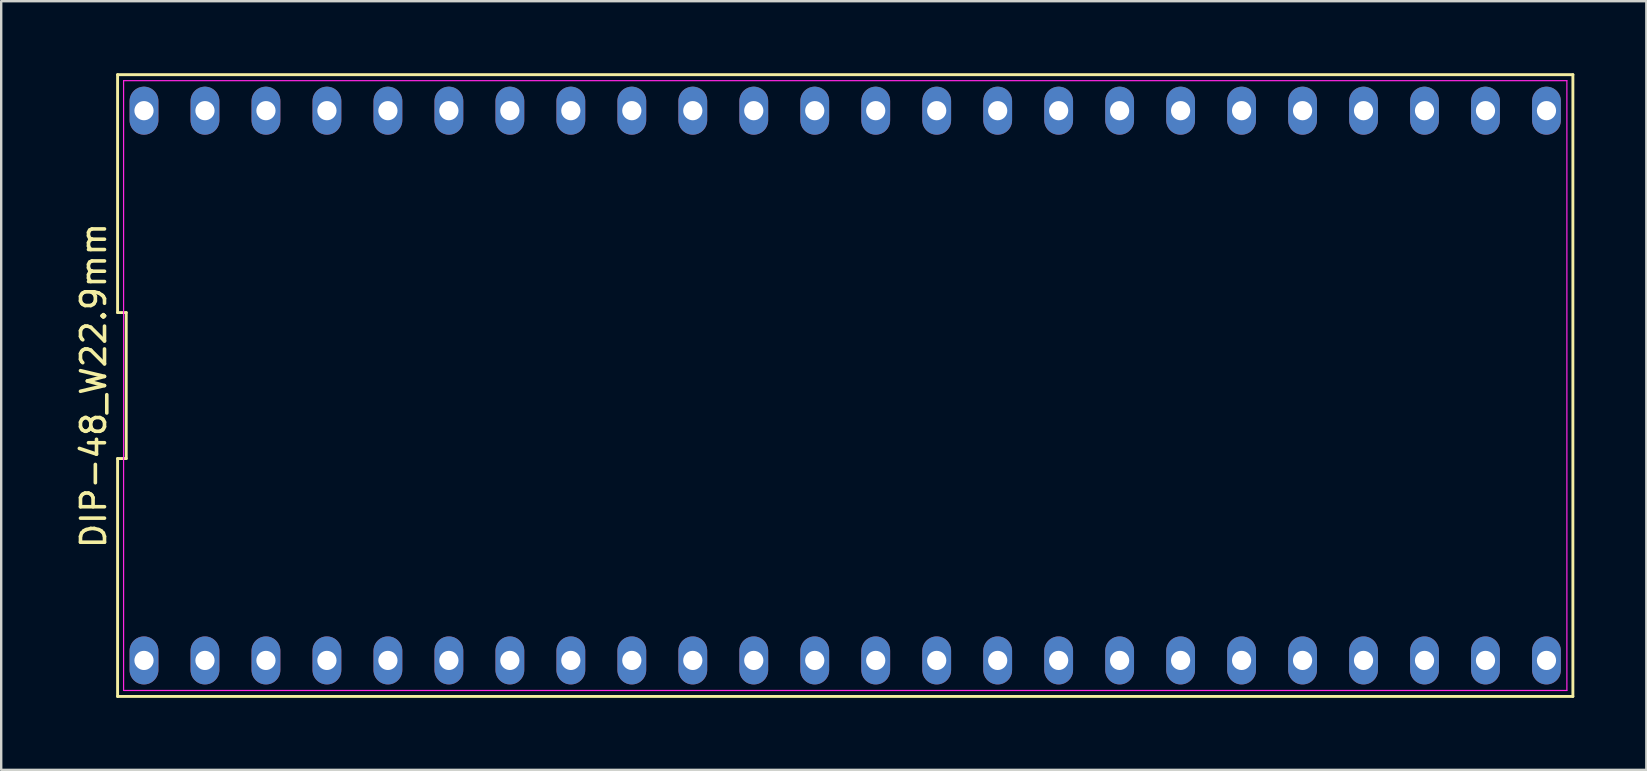
<source format=kicad_pcb>
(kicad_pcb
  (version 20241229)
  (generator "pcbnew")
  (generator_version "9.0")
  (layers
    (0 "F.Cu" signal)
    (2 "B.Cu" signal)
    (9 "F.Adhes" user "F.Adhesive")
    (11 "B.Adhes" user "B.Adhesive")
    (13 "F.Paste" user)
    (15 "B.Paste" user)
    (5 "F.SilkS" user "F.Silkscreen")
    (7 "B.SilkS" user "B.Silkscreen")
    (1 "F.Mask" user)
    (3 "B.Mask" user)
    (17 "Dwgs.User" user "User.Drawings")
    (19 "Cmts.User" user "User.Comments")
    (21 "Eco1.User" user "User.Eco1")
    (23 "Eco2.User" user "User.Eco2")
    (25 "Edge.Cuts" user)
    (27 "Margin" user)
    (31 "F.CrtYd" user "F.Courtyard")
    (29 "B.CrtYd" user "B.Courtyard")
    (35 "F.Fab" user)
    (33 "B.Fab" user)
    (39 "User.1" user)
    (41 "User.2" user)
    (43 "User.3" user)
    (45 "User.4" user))
  (footprint "DIP-48_W22.9mm"
    (layer "F.Cu")
    (at 32.158 13.01)
    (property "Reference" "DIP-48_W22.9mm" (at -31.31 0 90) (layer "F.SilkS") (effects (font (size 1 1) (thickness 0.15))))
    (attr through_hole)
    (fp_line (start -30.31 -12.95) (end -30.31 -3.04) (stroke (width 0.12) (type solid)) (layer "F.SilkS"))
    (fp_line (start -30.31 -3.04) (end -29.95 -3.04) (stroke (width 0.12) (type solid)) (layer "F.SilkS"))
    (fp_line (start -30.31 3.04) (end -30.31 12.95) (stroke (width 0.12) (type solid)) (layer "F.SilkS"))
    (fp_line (start -30.31 12.95) (end 30.31 12.95) (stroke (width 0.12) (type solid)) (layer "F.SilkS"))
    (fp_line (start -29.95 -3.04) (end -29.95 3.04) (stroke (width 0.12) (type solid)) (layer "F.SilkS"))
    (fp_line (start -29.95 3.04) (end -30.31 3.04) (stroke (width 0.12) (type solid)) (layer "F.SilkS"))
    (fp_line (start 30.31 -12.95) (end -30.31 -12.95) (stroke (width 0.12) (type solid)) (layer "F.SilkS"))
    (fp_line (start 30.31 12.95) (end 30.31 -12.95) (stroke (width 0.12) (type solid)) (layer "F.SilkS"))
    (fp_line (start -30.06 -12.7) (end 30.06 -12.7) (stroke (width 0.05) (type solid)) (layer "F.CrtYd"))
    (fp_line (start -30.06 12.7) (end -30.06 -12.7) (stroke (width 0.05) (type solid)) (layer "F.CrtYd"))
    (fp_line (start 30.06 -12.7) (end 30.06 12.7) (stroke (width 0.05) (type solid)) (layer "F.CrtYd"))
    (fp_line (start 30.06 12.7) (end -30.06 12.7) (stroke (width 0.05) (type solid)) (layer "F.CrtYd"))
    (pad "1" thru_hole oval (at -29.21 11.45) (size 1.2 2) (drill 0.8) (layers "*.Cu" "*.Mask"))
    (pad "2" thru_hole oval (at -26.67 11.45) (size 1.2 2) (drill 0.8) (layers "*.Cu" "*.Mask"))
    (pad "3" thru_hole oval (at -24.13 11.45) (size 1.2 2) (drill 0.8) (layers "*.Cu" "*.Mask"))
    (pad "4" thru_hole oval (at -21.59 11.45) (size 1.2 2) (drill 0.8) (layers "*.Cu" "*.Mask"))
    (pad "5" thru_hole oval (at -19.05 11.45) (size 1.2 2) (drill 0.8) (layers "*.Cu" "*.Mask"))
    (pad "6" thru_hole oval (at -16.51 11.45) (size 1.2 2) (drill 0.8) (layers "*.Cu" "*.Mask"))
    (pad "7" thru_hole oval (at -13.97 11.45) (size 1.2 2) (drill 0.8) (layers "*.Cu" "*.Mask"))
    (pad "8" thru_hole oval (at -11.43 11.45) (size 1.2 2) (drill 0.8) (layers "*.Cu" "*.Mask"))
    (pad "9" thru_hole oval (at -8.89 11.45) (size 1.2 2) (drill 0.8) (layers "*.Cu" "*.Mask"))
    (pad "10" thru_hole oval (at -6.35 11.45) (size 1.2 2) (drill 0.8) (layers "*.Cu" "*.Mask"))
    (pad "11" thru_hole oval (at -3.81 11.45) (size 1.2 2) (drill 0.8) (layers "*.Cu" "*.Mask"))
    (pad "12" thru_hole oval (at -1.27 11.45) (size 1.2 2) (drill 0.8) (layers "*.Cu" "*.Mask"))
    (pad "13" thru_hole oval (at 1.27 11.45) (size 1.2 2) (drill 0.8) (layers "*.Cu" "*.Mask"))
    (pad "14" thru_hole oval (at 3.81 11.45) (size 1.2 2) (drill 0.8) (layers "*.Cu" "*.Mask"))
    (pad "15" thru_hole oval (at 6.35 11.45) (size 1.2 2) (drill 0.8) (layers "*.Cu" "*.Mask"))
    (pad "16" thru_hole oval (at 8.89 11.45) (size 1.2 2) (drill 0.8) (layers "*.Cu" "*.Mask"))
    (pad "17" thru_hole oval (at 11.43 11.45) (size 1.2 2) (drill 0.8) (layers "*.Cu" "*.Mask"))
    (pad "18" thru_hole oval (at 13.97 11.45) (size 1.2 2) (drill 0.8) (layers "*.Cu" "*.Mask"))
    (pad "19" thru_hole oval (at 16.51 11.45) (size 1.2 2) (drill 0.8) (layers "*.Cu" "*.Mask"))
    (pad "20" thru_hole oval (at 19.05 11.45) (size 1.2 2) (drill 0.8) (layers "*.Cu" "*.Mask"))
    (pad "21" thru_hole oval (at 21.59 11.45) (size 1.2 2) (drill 0.8) (layers "*.Cu" "*.Mask"))
    (pad "22" thru_hole oval (at 24.13 11.45) (size 1.2 2) (drill 0.8) (layers "*.Cu" "*.Mask"))
    (pad "23" thru_hole oval (at 26.67 11.45) (size 1.2 2) (drill 0.8) (layers "*.Cu" "*.Mask"))
    (pad "24" thru_hole oval (at 29.21 11.45) (size 1.2 2) (drill 0.8) (layers "*.Cu" "*.Mask"))
    (pad "25" thru_hole oval (at 29.21 -11.45) (size 1.2 2) (drill 0.8) (layers "*.Cu" "*.Mask"))
    (pad "26" thru_hole oval (at 26.67 -11.45) (size 1.2 2) (drill 0.8) (layers "*.Cu" "*.Mask"))
    (pad "27" thru_hole oval (at 24.13 -11.45) (size 1.2 2) (drill 0.8) (layers "*.Cu" "*.Mask"))
    (pad "28" thru_hole oval (at 21.59 -11.45) (size 1.2 2) (drill 0.8) (layers "*.Cu" "*.Mask"))
    (pad "29" thru_hole oval (at 19.05 -11.45) (size 1.2 2) (drill 0.8) (layers "*.Cu" "*.Mask"))
    (pad "30" thru_hole oval (at 16.51 -11.45) (size 1.2 2) (drill 0.8) (layers "*.Cu" "*.Mask"))
    (pad "31" thru_hole oval (at 13.97 -11.45) (size 1.2 2) (drill 0.8) (layers "*.Cu" "*.Mask"))
    (pad "32" thru_hole oval (at 11.43 -11.45) (size 1.2 2) (drill 0.8) (layers "*.Cu" "*.Mask"))
    (pad "33" thru_hole oval (at 8.89 -11.45) (size 1.2 2) (drill 0.8) (layers "*.Cu" "*.Mask"))
    (pad "34" thru_hole oval (at 6.35 -11.45) (size 1.2 2) (drill 0.8) (layers "*.Cu" "*.Mask"))
    (pad "35" thru_hole oval (at 3.81 -11.45) (size 1.2 2) (drill 0.8) (layers "*.Cu" "*.Mask"))
    (pad "36" thru_hole oval (at 1.27 -11.45) (size 1.2 2) (drill 0.8) (layers "*.Cu" "*.Mask"))
    (pad "37" thru_hole oval (at -1.27 -11.45) (size 1.2 2) (drill 0.8) (layers "*.Cu" "*.Mask"))
    (pad "38" thru_hole oval (at -3.81 -11.45) (size 1.2 2) (drill 0.8) (layers "*.Cu" "*.Mask"))
    (pad "39" thru_hole oval (at -6.35 -11.45) (size 1.2 2) (drill 0.8) (layers "*.Cu" "*.Mask"))
    (pad "40" thru_hole oval (at -8.89 -11.45) (size 1.2 2) (drill 0.8) (layers "*.Cu" "*.Mask"))
    (pad "41" thru_hole oval (at -11.43 -11.45) (size 1.2 2) (drill 0.8) (layers "*.Cu" "*.Mask"))
    (pad "42" thru_hole oval (at -13.97 -11.45) (size 1.2 2) (drill 0.8) (layers "*.Cu" "*.Mask"))
    (pad "43" thru_hole oval (at -16.51 -11.45) (size 1.2 2) (drill 0.8) (layers "*.Cu" "*.Mask"))
    (pad "44" thru_hole oval (at -19.05 -11.45) (size 1.2 2) (drill 0.8) (layers "*.Cu" "*.Mask"))
    (pad "45" thru_hole oval (at -21.59 -11.45) (size 1.2 2) (drill 0.8) (layers "*.Cu" "*.Mask"))
    (pad "46" thru_hole oval (at -24.13 -11.45) (size 1.2 2) (drill 0.8) (layers "*.Cu" "*.Mask"))
    (pad "47" thru_hole oval (at -26.67 -11.45) (size 1.2 2) (drill 0.8) (layers "*.Cu" "*.Mask"))
    (pad "48" thru_hole oval (at -29.21 -11.45) (size 1.2 2) (drill 0.8) (layers "*.Cu" "*.Mask")))
  (gr_rect
    (start -3 -3)
    (end 65.528 29.02)
    (stroke (width 0.1) (type default))
    (fill no)
    (layer "Edge.Cuts")))
</source>
